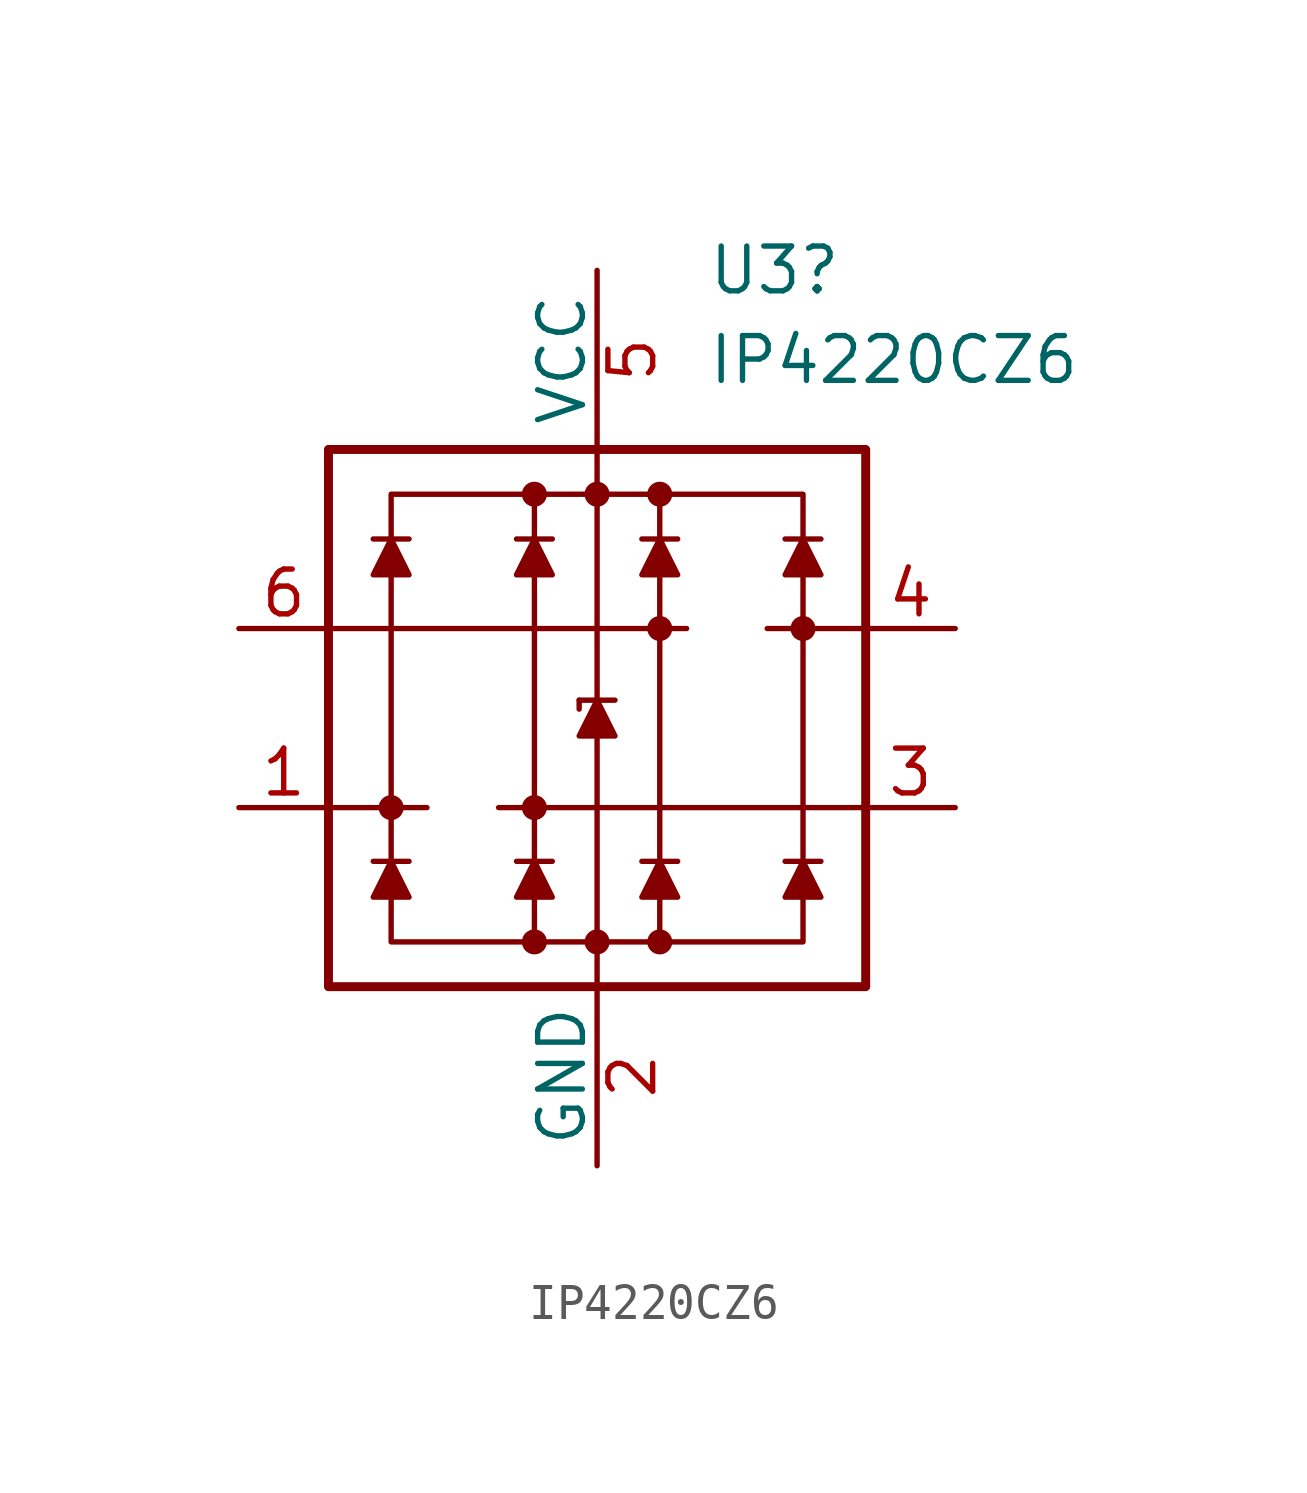
<source format=kicad_sym>
(kicad_symbol_lib
  (version 20241209)
  (generator "kicad_symbol_editor")
  (generator_version "9.0")
  (symbol "IP4220CZ6"
    (pin_names
      (offset 0))
    (property "Reference" "U3"
      (at 3.118 12.7 0)
      (effects (font (size 1.27 1.27)) (justify left)))
    (property "Value" "IP4220CZ6"
      (at 3.118 10.16 0)
      (effects (font (size 1.27 1.27)) (justify left)))
    (symbol "IP4220CZ6_0_0"
      (rectangle (start -5.842 6.35) (end 5.842 -6.35) (stroke (width 0) (type default)) (fill (type none)))
      (polyline (pts (xy -1.778 -6.35) (xy -1.778 6.35)) (stroke (width 0) (type default)) (fill (type none)))
      (polyline (pts (xy 1.778 6.35) (xy 1.778 -6.35)) (stroke (width 0) (type default)) (fill (type none))))
    (symbol "IP4220CZ6_0_1"
      (polyline (pts (xy -7.62 2.54) (xy 2.54 2.54)) (stroke (width 0) (type default)) (fill (type none)))
      (polyline (pts (xy -7.62 -2.54) (xy -4.826 -2.54)) (stroke (width 0) (type default)) (fill (type none)))
      (circle (center -5.842 -2.54) (radius 0.279) (stroke (width 0) (type default)) (fill (type outline)))
      (polyline (pts (xy -5.334 5.08) (xy -6.35 5.08)) (stroke (width 0) (type default)) (fill (type none)))
      (polyline (pts (xy -5.334 -4.064) (xy -6.35 -4.064)) (stroke (width 0) (type default)) (fill (type none)))
      (circle (center -1.778 6.35) (radius 0.279) (stroke (width 0) (type default)) (fill (type outline)))
      (circle (center -1.778 -2.54) (radius 0.279) (stroke (width 0) (type default)) (fill (type outline)))
      (circle (center -1.778 -6.35) (radius 0.279) (stroke (width 0) (type default)) (fill (type outline)))
      (polyline (pts (xy -1.27 5.08) (xy -2.286 5.08)) (stroke (width 0) (type default)) (fill (type none)))
      (polyline (pts (xy -1.27 -4.064) (xy -2.286 -4.064)) (stroke (width 0) (type default)) (fill (type none)))
      (polyline (pts (xy -0.508 0.508) (xy -0.508 0.254)) (stroke (width 0) (type default)) (fill (type none)))
      (polyline (pts (xy 0 7.62) (xy 0 -7.62)) (stroke (width 0) (type default)) (fill (type none)))
      (circle (center 0 6.35) (radius 0.279) (stroke (width 0) (type default)) (fill (type outline)))
      (circle (center 0 -6.35) (radius 0.279) (stroke (width 0) (type default)) (fill (type outline)))
      (polyline (pts (xy 0.508 0.508) (xy -0.508 0.508)) (stroke (width 0) (type default)) (fill (type none)))
      (circle (center 1.778 6.35) (radius 0.279) (stroke (width 0) (type default)) (fill (type outline)))
      (circle (center 1.778 2.54) (radius 0.279) (stroke (width 0) (type default)) (fill (type outline)))
      (circle (center 1.778 -6.35) (radius 0.279) (stroke (width 0) (type default)) (fill (type outline)))
      (polyline (pts (xy 2.286 5.08) (xy 1.27 5.08)) (stroke (width 0) (type default)) (fill (type none)))
      (polyline (pts (xy 2.286 -4.064) (xy 1.27 -4.064)) (stroke (width 0) (type default)) (fill (type none)))
      (circle (center 5.842 2.54) (radius 0.279) (stroke (width 0) (type default)) (fill (type outline)))
      (polyline (pts (xy 6.35 5.08) (xy 5.334 5.08)) (stroke (width 0) (type default)) (fill (type none)))
      (polyline (pts (xy 6.35 -4.064) (xy 5.334 -4.064)) (stroke (width 0) (type default)) (fill (type none)))
      (polyline (pts (xy 7.62 2.54) (xy 4.826 2.54)) (stroke (width 0) (type default)) (fill (type none)))
      (polyline (pts (xy 7.62 -2.54) (xy -2.794 -2.54)) (stroke (width 0) (type default)) (fill (type none))))
    (symbol "IP4220CZ6_1_1"
      (rectangle (start -7.62 7.62) (end 7.62 -7.62) (stroke (width 0.254) (type solid)) (fill (type none)))
      (polyline (pts (xy -5.334 4.064) (xy -6.35 4.064) (xy -5.842 5.08) (xy -5.334 4.064)) (stroke (width 0) (type default)) (fill (type outline)))
      (polyline (pts (xy -5.334 -5.08) (xy -6.35 -5.08) (xy -5.842 -4.064) (xy -5.334 -5.08)) (stroke (width 0) (type default)) (fill (type outline)))
      (polyline (pts (xy -1.27 4.064) (xy -2.286 4.064) (xy -1.778 5.08) (xy -1.27 4.064)) (stroke (width 0) (type default)) (fill (type outline)))
      (polyline (pts (xy -1.27 -5.08) (xy -2.286 -5.08) (xy -1.778 -4.064) (xy -1.27 -5.08)) (stroke (width 0) (type default)) (fill (type outline)))
      (polyline (pts (xy 0.508 -0.508) (xy -0.508 -0.508) (xy 0 0.508) (xy 0.508 -0.508)) (stroke (width 0) (type default)) (fill (type outline)))
      (polyline (pts (xy 2.286 4.064) (xy 1.27 4.064) (xy 1.778 5.08) (xy 2.286 4.064)) (stroke (width 0) (type default)) (fill (type outline)))
      (polyline (pts (xy 2.286 -5.08) (xy 1.27 -5.08) (xy 1.778 -4.064) (xy 2.286 -5.08)) (stroke (width 0) (type default)) (fill (type outline)))
      (polyline (pts (xy 6.35 4.064) (xy 5.334 4.064) (xy 5.842 5.08) (xy 6.35 4.064)) (stroke (width 0) (type default)) (fill (type outline)))
      (polyline (pts (xy 6.35 -5.08) (xy 5.334 -5.08) (xy 5.842 -4.064) (xy 6.35 -5.08)) (stroke (width 0) (type default)) (fill (type outline)))
      (pin passive line (at -10.16 2.54 0) (length 2.54) (name "" (effects (font (size 1.27 1.27)))) (number "6" (effects (font (size 1.27 1.27)))))
      (pin passive line (at -10.16 -2.54 0) (length 2.54) (name "" (effects (font (size 1.27 1.27)))) (number "1" (effects (font (size 1.27 1.27)))))
      (pin passive line (at 0 12.7 270) (length 5.08) (name "VCC" (effects (font (size 1.27 1.27)))) (number "5" (effects (font (size 1.27 1.27)))))
      (pin passive line (at 0 -12.7 90) (length 5.08) (name "GND" (effects (font (size 1.27 1.27)))) (number "2" (effects (font (size 1.27 1.27)))))
      (pin passive line (at 10.16 2.54 180) (length 2.54) (name "" (effects (font (size 1.27 1.27)))) (number "4" (effects (font (size 1.27 1.27)))))
      (pin passive line (at 10.16 -2.54 180) (length 2.54) (name "" (effects (font (size 1.27 1.27)))) (number "3" (effects (font (size 1.27 1.27))))))))
</source>
